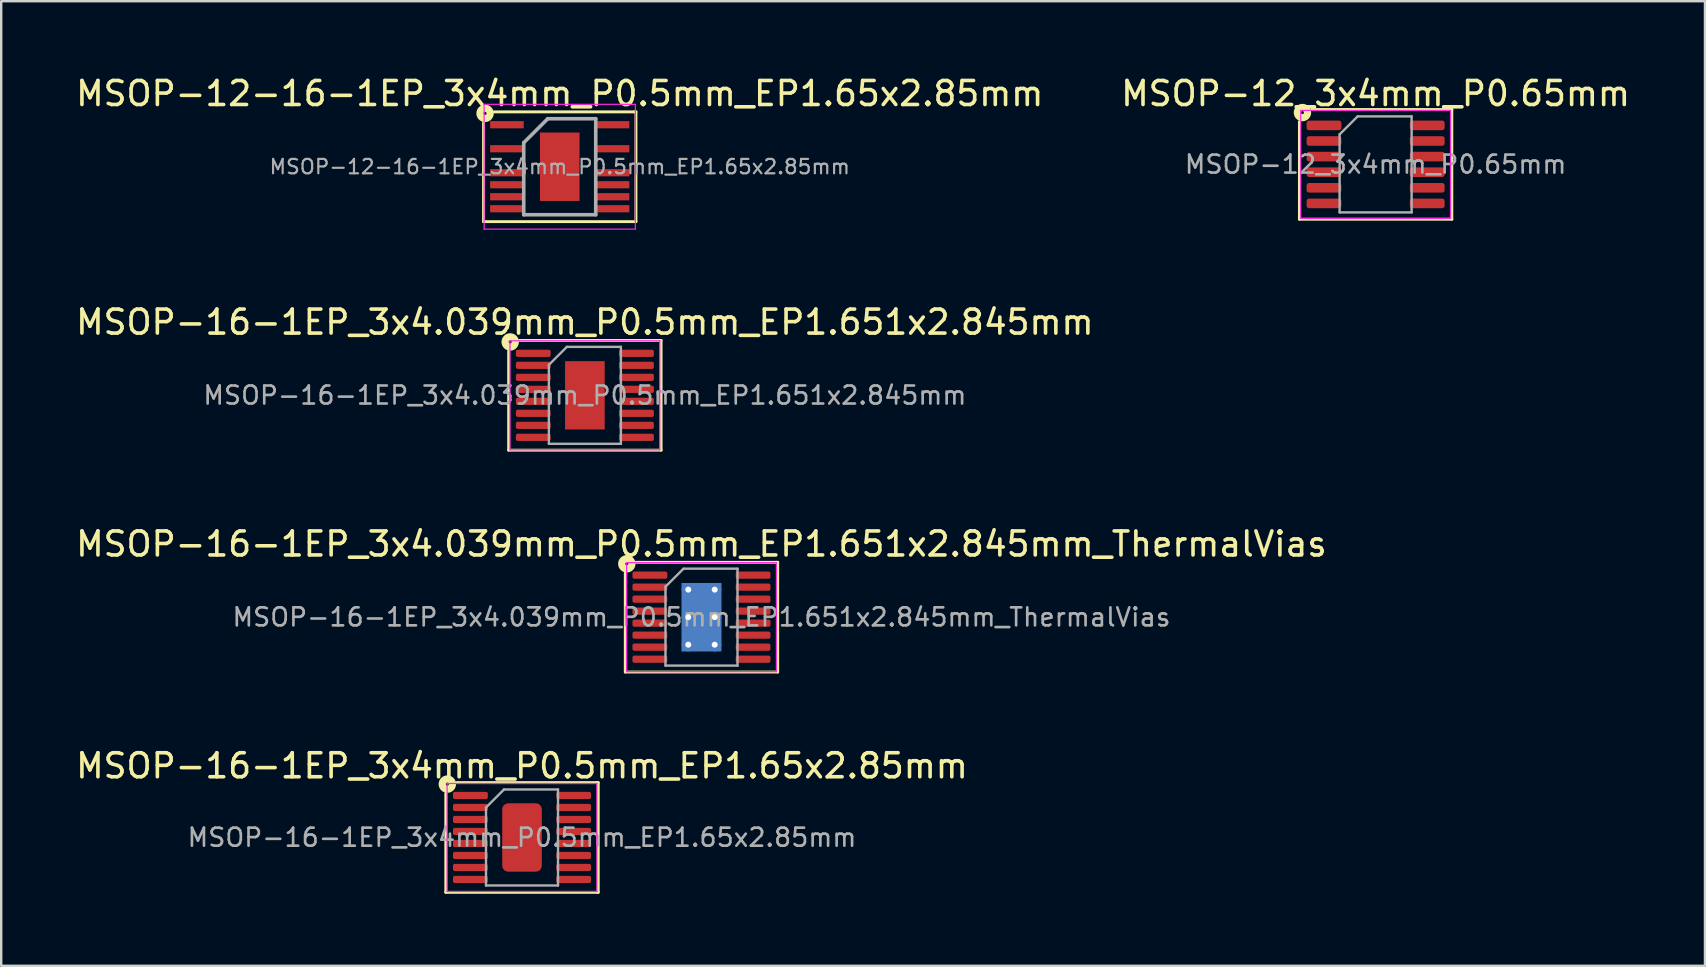
<source format=kicad_pcb>
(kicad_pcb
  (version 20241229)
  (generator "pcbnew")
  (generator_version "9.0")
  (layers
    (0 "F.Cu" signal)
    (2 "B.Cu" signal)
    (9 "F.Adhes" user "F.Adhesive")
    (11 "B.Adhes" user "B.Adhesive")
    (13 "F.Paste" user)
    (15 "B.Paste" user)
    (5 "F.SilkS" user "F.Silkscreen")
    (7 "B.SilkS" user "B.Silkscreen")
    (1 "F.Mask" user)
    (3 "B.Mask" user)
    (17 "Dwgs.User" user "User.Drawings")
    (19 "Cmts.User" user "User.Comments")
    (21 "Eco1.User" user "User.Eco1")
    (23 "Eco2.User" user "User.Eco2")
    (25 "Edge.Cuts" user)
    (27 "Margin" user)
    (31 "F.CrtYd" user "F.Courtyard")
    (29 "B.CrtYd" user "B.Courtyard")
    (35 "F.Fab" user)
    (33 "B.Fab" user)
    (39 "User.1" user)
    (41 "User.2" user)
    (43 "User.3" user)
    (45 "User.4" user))
  (footprint "MSOP-12-16-1EP_3x4mm_P0.5mm_EP1.65x2.85mm"
    (layer "F.Cu")
    (at 20.268 3.896)
    (property "Reference" "MSOP-12-16-1EP_3x4mm_P0.5mm_EP1.65x2.85mm" (at 0 -3.048 0) (layer "F.SilkS") (effects (font (size 1 1) (thickness 0.15))))
    (attr smd)
    (fp_line (start -3.175 2.286) (end -3.175 -1.841) (stroke (width 0.12) (type solid)) (layer "F.SilkS"))
    (fp_line (start -2.731 -2.286) (end 3.111 -2.286) (stroke (width 0.12) (type solid)) (layer "F.SilkS"))
    (fp_line (start 3.111 -2.286) (end 3.175 -2.286) (stroke (width 0.12) (type solid)) (layer "F.SilkS"))
    (fp_line (start 3.175 -2.286) (end 3.175 2.286) (stroke (width 0.12) (type solid)) (layer "F.SilkS"))
    (fp_line (start 3.175 2.286) (end -3.175 2.286) (stroke (width 0.12) (type solid)) (layer "F.SilkS"))
    (fp_circle (center -3.111 -2.223) (end -3.048 -2.223) (stroke (width 0.3) (type solid)) (fill no) (layer "F.SilkS"))
    (fp_line (start -3.15 -2.6) (end -3.15 2.6) (stroke (width 0.05) (type solid)) (layer "F.CrtYd"))
    (fp_line (start -3.15 -2.6) (end 3.15 -2.6) (stroke (width 0.05) (type solid)) (layer "F.CrtYd"))
    (fp_line (start -3.15 2.6) (end 3.15 2.6) (stroke (width 0.05) (type solid)) (layer "F.CrtYd"))
    (fp_line (start 3.15 -2.6) (end 3.15 2.6) (stroke (width 0.05) (type solid)) (layer "F.CrtYd"))
    (fp_line (start -1.5 -1) (end -0.5 -2) (stroke (width 0.15) (type solid)) (layer "F.Fab"))
    (fp_line (start -1.5 2) (end -1.5 -1) (stroke (width 0.15) (type solid)) (layer "F.Fab"))
    (fp_line (start -0.5 -2) (end 1.5 -2) (stroke (width 0.15) (type solid)) (layer "F.Fab"))
    (fp_line (start 1.5 -2) (end 1.5 2) (stroke (width 0.15) (type solid)) (layer "F.Fab"))
    (fp_line (start 1.5 2) (end -1.5 2) (stroke (width 0.15) (type solid)) (layer "F.Fab"))
    (fp_text user "${REFERENCE}" (at 0 0 0) (layer "F.Fab") (effects (font (size 0.6 0.6) (thickness 0.09))))
    (pad "" smd rect (at -0.412 -0.95) (size 0.66 0.75) (layers "F.Paste"))
    (pad "" smd rect (at -0.412 0) (size 0.66 0.75) (layers "F.Paste"))
    (pad "" smd rect (at -0.412 0.95) (size 0.66 0.75) (layers "F.Paste"))
    (pad "" smd rect (at 0.412 -0.95) (size 0.66 0.75) (layers "F.Paste"))
    (pad "" smd rect (at 0.412 0) (size 0.66 0.75) (layers "F.Paste"))
    (pad "" smd rect (at 0.412 0.95) (size 0.66 0.75) (layers "F.Paste"))
    (pad "1" smd rect (at -2.2 -1.75) (size 1.4 0.3) (layers "F.Cu" "F.Mask" "F.Paste"))
    (pad "3" smd rect (at -2.2 -0.75) (size 1.4 0.3) (layers "F.Cu" "F.Mask" "F.Paste"))
    (pad "5" smd rect (at -2.2 0.25) (size 1.4 0.3) (layers "F.Cu" "F.Mask" "F.Paste"))
    (pad "6" smd rect (at -2.2 0.75) (size 1.4 0.3) (layers "F.Cu" "F.Mask" "F.Paste"))
    (pad "7" smd rect (at -2.2 1.25) (size 1.4 0.3) (layers "F.Cu" "F.Mask" "F.Paste"))
    (pad "8" smd rect (at -2.2 1.75) (size 1.4 0.3) (layers "F.Cu" "F.Mask" "F.Paste"))
    (pad "9" smd rect (at 2.2 1.75) (size 1.4 0.3) (layers "F.Cu" "F.Mask" "F.Paste"))
    (pad "10" smd rect (at 2.2 1.25) (size 1.4 0.3) (layers "F.Cu" "F.Mask" "F.Paste"))
    (pad "11" smd rect (at 2.2 0.75) (size 1.4 0.3) (layers "F.Cu" "F.Mask" "F.Paste"))
    (pad "12" smd rect (at 2.2 0.25) (size 1.4 0.3) (layers "F.Cu" "F.Mask" "F.Paste"))
    (pad "14" smd rect (at 2.2 -0.75) (size 1.4 0.3) (layers "F.Cu" "F.Mask" "F.Paste"))
    (pad "16" smd rect (at 2.2 -1.75) (size 1.4 0.3) (layers "F.Cu" "F.Mask" "F.Paste"))
    (pad "17" smd rect (at 0 0) (size 1.65 2.85) (layers "F.Cu" "F.Mask")))
  (footprint "MSOP-16-1EP_3x4mm_P0.5mm_EP1.65x2.85mm"
    (layer "F.Cu")
    (at 18.696 31.838)
    (property "Reference" "MSOP-16-1EP_3x4mm_P0.5mm_EP1.65x2.85mm" (at 0 -2.985 0) (layer "F.SilkS") (effects (font (size 1 1) (thickness 0.15))))
    (attr smd)
    (fp_line (start -3.175 2.286) (end -3.175 -1.841) (stroke (width 0.12) (type solid)) (layer "F.SilkS"))
    (fp_line (start -2.731 -2.286) (end 3.111 -2.286) (stroke (width 0.12) (type solid)) (layer "F.SilkS"))
    (fp_line (start 3.111 -2.286) (end 3.175 -2.286) (stroke (width 0.12) (type solid)) (layer "F.SilkS"))
    (fp_line (start 3.175 -2.286) (end 3.175 2.286) (stroke (width 0.12) (type solid)) (layer "F.SilkS"))
    (fp_line (start 3.175 2.286) (end -3.175 2.286) (stroke (width 0.12) (type solid)) (layer "F.SilkS"))
    (fp_circle (center -3.111 -2.223) (end -3.048 -2.223) (stroke (width 0.3) (type solid)) (fill no) (layer "F.SilkS"))
    (fp_line (start -3.12 -2.25) (end -3.12 2.25) (stroke (width 0.05) (type solid)) (layer "F.CrtYd"))
    (fp_line (start -3.12 2.25) (end 3.12 2.25) (stroke (width 0.05) (type solid)) (layer "F.CrtYd"))
    (fp_line (start 3.12 -2.25) (end -3.12 -2.25) (stroke (width 0.05) (type solid)) (layer "F.CrtYd"))
    (fp_line (start 3.12 2.25) (end 3.12 -2.25) (stroke (width 0.05) (type solid)) (layer "F.CrtYd"))
    (fp_line (start -1.5 -1.25) (end -0.75 -2) (stroke (width 0.1) (type solid)) (layer "F.Fab"))
    (fp_line (start -1.5 2) (end -1.5 -1.25) (stroke (width 0.1) (type solid)) (layer "F.Fab"))
    (fp_line (start -0.75 -2) (end 1.5 -2) (stroke (width 0.1) (type solid)) (layer "F.Fab"))
    (fp_line (start 1.5 -2) (end 1.5 2) (stroke (width 0.1) (type solid)) (layer "F.Fab"))
    (fp_line (start 1.5 2) (end -1.5 2) (stroke (width 0.1) (type solid)) (layer "F.Fab"))
    (fp_text user "${REFERENCE}" (at 0 0 0) (layer "F.Fab") (effects (font (size 0.75 0.75) (thickness 0.11))))
    (pad "" smd roundrect (at -0.41 -0.71) (size 0.67 1.15) (layers "F.Paste") (roundrect_rratio 0.25))
    (pad "" smd roundrect (at -0.41 0.71) (size 0.67 1.15) (layers "F.Paste") (roundrect_rratio 0.25))
    (pad "" smd roundrect (at 0.41 -0.71) (size 0.67 1.15) (layers "F.Paste") (roundrect_rratio 0.25))
    (pad "" smd roundrect (at 0.41 0.71) (size 0.67 1.15) (layers "F.Paste") (roundrect_rratio 0.25))
    (pad "1" smd roundrect (at -2.15 -1.75) (size 1.45 0.3) (layers "F.Cu" "F.Mask" "F.Paste") (roundrect_rratio 0.25))
    (pad "2" smd roundrect (at -2.15 -1.25) (size 1.45 0.3) (layers "F.Cu" "F.Mask" "F.Paste") (roundrect_rratio 0.25))
    (pad "3" smd roundrect (at -2.15 -0.75) (size 1.45 0.3) (layers "F.Cu" "F.Mask" "F.Paste") (roundrect_rratio 0.25))
    (pad "4" smd roundrect (at -2.15 -0.25) (size 1.45 0.3) (layers "F.Cu" "F.Mask" "F.Paste") (roundrect_rratio 0.25))
    (pad "5" smd roundrect (at -2.15 0.25) (size 1.45 0.3) (layers "F.Cu" "F.Mask" "F.Paste") (roundrect_rratio 0.25))
    (pad "6" smd roundrect (at -2.15 0.75) (size 1.45 0.3) (layers "F.Cu" "F.Mask" "F.Paste") (roundrect_rratio 0.25))
    (pad "7" smd roundrect (at -2.15 1.25) (size 1.45 0.3) (layers "F.Cu" "F.Mask" "F.Paste") (roundrect_rratio 0.25))
    (pad "8" smd roundrect (at -2.15 1.75) (size 1.45 0.3) (layers "F.Cu" "F.Mask" "F.Paste") (roundrect_rratio 0.25))
    (pad "9" smd roundrect (at 2.15 1.75) (size 1.45 0.3) (layers "F.Cu" "F.Mask" "F.Paste") (roundrect_rratio 0.25))
    (pad "10" smd roundrect (at 2.15 1.25) (size 1.45 0.3) (layers "F.Cu" "F.Mask" "F.Paste") (roundrect_rratio 0.25))
    (pad "11" smd roundrect (at 2.15 0.75) (size 1.45 0.3) (layers "F.Cu" "F.Mask" "F.Paste") (roundrect_rratio 0.25))
    (pad "12" smd roundrect (at 2.15 0.25) (size 1.45 0.3) (layers "F.Cu" "F.Mask" "F.Paste") (roundrect_rratio 0.25))
    (pad "13" smd roundrect (at 2.15 -0.25) (size 1.45 0.3) (layers "F.Cu" "F.Mask" "F.Paste") (roundrect_rratio 0.25))
    (pad "14" smd roundrect (at 2.15 -0.75) (size 1.45 0.3) (layers "F.Cu" "F.Mask" "F.Paste") (roundrect_rratio 0.25))
    (pad "15" smd roundrect (at 2.15 -1.25) (size 1.45 0.3) (layers "F.Cu" "F.Mask" "F.Paste") (roundrect_rratio 0.25))
    (pad "16" smd roundrect (at 2.15 -1.75) (size 1.45 0.3) (layers "F.Cu" "F.Mask" "F.Paste") (roundrect_rratio 0.25))
    (pad "17" smd roundrect (at 0 0) (size 1.65 2.85) (layers "F.Cu" "F.Mask") (roundrect_rratio 0.152)))
  (footprint "MSOP-12_3x4mm_P0.65mm"
    (layer "F.Cu")
    (at 54.256 3.798)
    (property "Reference" "MSOP-12_3x4mm_P0.65mm" (at 0 -2.95 0) (layer "F.SilkS") (effects (font (size 1 1) (thickness 0.15))))
    (attr smd)
    (fp_line (start -3.175 2.286) (end -3.175 -1.778) (stroke (width 0.12) (type solid)) (layer "F.SilkS"))
    (fp_line (start -2.667 -2.286) (end 3.111 -2.286) (stroke (width 0.12) (type solid)) (layer "F.SilkS"))
    (fp_line (start 3.111 -2.286) (end 3.175 -2.286) (stroke (width 0.12) (type solid)) (layer "F.SilkS"))
    (fp_line (start 3.175 -2.286) (end 3.175 2.286) (stroke (width 0.12) (type solid)) (layer "F.SilkS"))
    (fp_line (start 3.175 2.286) (end -3.175 2.286) (stroke (width 0.12) (type solid)) (layer "F.SilkS"))
    (fp_circle (center -3.048 -2.159) (end -2.985 -2.159) (stroke (width 0.3) (type solid)) (fill no) (layer "F.SilkS"))
    (fp_line (start -3.12 -2.25) (end -3.12 2.25) (stroke (width 0.05) (type solid)) (layer "F.CrtYd"))
    (fp_line (start -3.12 2.25) (end 3.12 2.25) (stroke (width 0.05) (type solid)) (layer "F.CrtYd"))
    (fp_line (start 3.12 -2.25) (end -3.12 -2.25) (stroke (width 0.05) (type solid)) (layer "F.CrtYd"))
    (fp_line (start 3.12 2.25) (end 3.12 -2.25) (stroke (width 0.05) (type solid)) (layer "F.CrtYd"))
    (fp_line (start -1.5 -1.25) (end -0.75 -2) (stroke (width 0.1) (type solid)) (layer "F.Fab"))
    (fp_line (start -1.5 2) (end -1.5 -1.25) (stroke (width 0.1) (type solid)) (layer "F.Fab"))
    (fp_line (start -0.75 -2) (end 1.5 -2) (stroke (width 0.1) (type solid)) (layer "F.Fab"))
    (fp_line (start 1.5 -2) (end 1.5 2) (stroke (width 0.1) (type solid)) (layer "F.Fab"))
    (fp_line (start 1.5 2) (end -1.5 2) (stroke (width 0.1) (type solid)) (layer "F.Fab"))
    (fp_text user "${REFERENCE}" (at 0 0 0) (layer "F.Fab") (effects (font (size 0.75 0.75) (thickness 0.11))))
    (pad "1" smd roundrect (at -2.15 -1.625) (size 1.45 0.4) (layers "F.Cu" "F.Mask" "F.Paste") (roundrect_rratio 0.25))
    (pad "2" smd roundrect (at -2.15 -0.975) (size 1.45 0.4) (layers "F.Cu" "F.Mask" "F.Paste") (roundrect_rratio 0.25))
    (pad "3" smd roundrect (at -2.15 -0.325) (size 1.45 0.4) (layers "F.Cu" "F.Mask" "F.Paste") (roundrect_rratio 0.25))
    (pad "4" smd roundrect (at -2.15 0.325) (size 1.45 0.4) (layers "F.Cu" "F.Mask" "F.Paste") (roundrect_rratio 0.25))
    (pad "5" smd roundrect (at -2.15 0.975) (size 1.45 0.4) (layers "F.Cu" "F.Mask" "F.Paste") (roundrect_rratio 0.25))
    (pad "6" smd roundrect (at -2.15 1.625) (size 1.45 0.4) (layers "F.Cu" "F.Mask" "F.Paste") (roundrect_rratio 0.25))
    (pad "7" smd roundrect (at 2.15 1.625) (size 1.45 0.4) (layers "F.Cu" "F.Mask" "F.Paste") (roundrect_rratio 0.25))
    (pad "8" smd roundrect (at 2.15 0.975) (size 1.45 0.4) (layers "F.Cu" "F.Mask" "F.Paste") (roundrect_rratio 0.25))
    (pad "9" smd roundrect (at 2.15 0.325) (size 1.45 0.4) (layers "F.Cu" "F.Mask" "F.Paste") (roundrect_rratio 0.25))
    (pad "10" smd roundrect (at 2.15 -0.325) (size 1.45 0.4) (layers "F.Cu" "F.Mask" "F.Paste") (roundrect_rratio 0.25))
    (pad "11" smd roundrect (at 2.15 -0.975) (size 1.45 0.4) (layers "F.Cu" "F.Mask" "F.Paste") (roundrect_rratio 0.25))
    (pad "12" smd roundrect (at 2.15 -1.625) (size 1.45 0.4) (layers "F.Cu" "F.Mask" "F.Paste") (roundrect_rratio 0.25)))
  (footprint "MSOP-16-1EP_3x4.039mm_P0.5mm_EP1.651x2.845mm"
    (layer "F.Cu")
    (at 21.315 13.418)
    (property "Reference" "MSOP-16-1EP_3x4.039mm_P0.5mm_EP1.651x2.845mm" (at 0 -3.048 0) (layer "F.SilkS") (effects (font (size 1 1) (thickness 0.15))))
    (attr smd)
    (fp_line (start -3.175 2.286) (end -3.175 -1.841) (stroke (width 0.12) (type solid)) (layer "F.SilkS"))
    (fp_line (start -2.731 -2.286) (end 3.111 -2.286) (stroke (width 0.12) (type solid)) (layer "F.SilkS"))
    (fp_line (start 3.111 -2.286) (end 3.175 -2.286) (stroke (width 0.12) (type solid)) (layer "F.SilkS"))
    (fp_line (start 3.175 -2.286) (end 3.175 2.286) (stroke (width 0.12) (type solid)) (layer "F.SilkS"))
    (fp_line (start 3.175 2.286) (end -3.175 2.286) (stroke (width 0.12) (type solid)) (layer "F.SilkS"))
    (fp_circle (center -3.111 -2.223) (end -3.048 -2.223) (stroke (width 0.3) (type solid)) (fill no) (layer "F.SilkS"))
    (fp_line (start -3.12 -2.27) (end -3.12 2.27) (stroke (width 0.05) (type solid)) (layer "F.CrtYd"))
    (fp_line (start -3.12 2.27) (end 3.12 2.27) (stroke (width 0.05) (type solid)) (layer "F.CrtYd"))
    (fp_line (start 3.12 -2.27) (end -3.12 -2.27) (stroke (width 0.05) (type solid)) (layer "F.CrtYd"))
    (fp_line (start 3.12 2.27) (end 3.12 -2.27) (stroke (width 0.05) (type solid)) (layer "F.CrtYd"))
    (fp_line (start -1.5 -1.27) (end -0.75 -2.019) (stroke (width 0.1) (type solid)) (layer "F.Fab"))
    (fp_line (start -1.5 2.019) (end -1.5 -1.27) (stroke (width 0.1) (type solid)) (layer "F.Fab"))
    (fp_line (start -0.75 -2.019) (end 1.5 -2.019) (stroke (width 0.1) (type solid)) (layer "F.Fab"))
    (fp_line (start 1.5 -2.019) (end 1.5 2.019) (stroke (width 0.1) (type solid)) (layer "F.Fab"))
    (fp_line (start 1.5 2.019) (end -1.5 2.019) (stroke (width 0.1) (type solid)) (layer "F.Fab"))
    (fp_text user "${REFERENCE}" (at 0 0 0) (layer "F.Fab") (effects (font (size 0.75 0.75) (thickness 0.11))))
    (pad "" smd roundrect (at -0.415 -0.71) (size 0.69 1.19) (layers "F.Paste") (roundrect_rratio 0.25))
    (pad "" smd roundrect (at -0.415 0.71) (size 0.69 1.19) (layers "F.Paste") (roundrect_rratio 0.25))
    (pad "" smd roundrect (at 0.415 -0.71) (size 0.69 1.19) (layers "F.Paste") (roundrect_rratio 0.25))
    (pad "" smd roundrect (at 0.415 0.71) (size 0.69 1.19) (layers "F.Paste") (roundrect_rratio 0.25))
    (pad "1" smd roundrect (at -2.15 -1.75) (size 1.45 0.3) (layers "F.Cu" "F.Mask" "F.Paste") (roundrect_rratio 0.25))
    (pad "2" smd roundrect (at -2.15 -1.25) (size 1.45 0.3) (layers "F.Cu" "F.Mask" "F.Paste") (roundrect_rratio 0.25))
    (pad "3" smd roundrect (at -2.15 -0.75) (size 1.45 0.3) (layers "F.Cu" "F.Mask" "F.Paste") (roundrect_rratio 0.25))
    (pad "4" smd roundrect (at -2.15 -0.25) (size 1.45 0.3) (layers "F.Cu" "F.Mask" "F.Paste") (roundrect_rratio 0.25))
    (pad "5" smd roundrect (at -2.15 0.25) (size 1.45 0.3) (layers "F.Cu" "F.Mask" "F.Paste") (roundrect_rratio 0.25))
    (pad "6" smd roundrect (at -2.15 0.75) (size 1.45 0.3) (layers "F.Cu" "F.Mask" "F.Paste") (roundrect_rratio 0.25))
    (pad "7" smd roundrect (at -2.15 1.25) (size 1.45 0.3) (layers "F.Cu" "F.Mask" "F.Paste") (roundrect_rratio 0.25))
    (pad "8" smd roundrect (at -2.15 1.75) (size 1.45 0.3) (layers "F.Cu" "F.Mask" "F.Paste") (roundrect_rratio 0.25))
    (pad "9" smd roundrect (at 2.15 1.75) (size 1.45 0.3) (layers "F.Cu" "F.Mask" "F.Paste") (roundrect_rratio 0.25))
    (pad "10" smd roundrect (at 2.15 1.25) (size 1.45 0.3) (layers "F.Cu" "F.Mask" "F.Paste") (roundrect_rratio 0.25))
    (pad "11" smd roundrect (at 2.15 0.75) (size 1.45 0.3) (layers "F.Cu" "F.Mask" "F.Paste") (roundrect_rratio 0.25))
    (pad "12" smd roundrect (at 2.15 0.25) (size 1.45 0.3) (layers "F.Cu" "F.Mask" "F.Paste") (roundrect_rratio 0.25))
    (pad "13" smd roundrect (at 2.15 -0.25) (size 1.45 0.3) (layers "F.Cu" "F.Mask" "F.Paste") (roundrect_rratio 0.25))
    (pad "14" smd roundrect (at 2.15 -0.75) (size 1.45 0.3) (layers "F.Cu" "F.Mask" "F.Paste") (roundrect_rratio 0.25))
    (pad "15" smd roundrect (at 2.15 -1.25) (size 1.45 0.3) (layers "F.Cu" "F.Mask" "F.Paste") (roundrect_rratio 0.25))
    (pad "16" smd roundrect (at 2.15 -1.75) (size 1.45 0.3) (layers "F.Cu" "F.Mask" "F.Paste") (roundrect_rratio 0.25))
    (pad "17" smd rect (at 0 0) (size 1.651 2.845) (layers "F.Cu" "F.Mask")))
  (footprint "MSOP-16-1EP_3x4.039mm_P0.5mm_EP1.651x2.845mm_ThermalVias"
    (layer "F.Cu")
    (at 26.173 22.66)
    (property "Reference" "MSOP-16-1EP_3x4.039mm_P0.5mm_EP1.651x2.845mm_ThermalVias" (at 0 -3.048 0) (layer "F.SilkS") (effects (font (size 1 1) (thickness 0.15))))
    (attr smd)
    (fp_line (start -3.175 2.286) (end -3.175 -1.841) (stroke (width 0.12) (type solid)) (layer "F.SilkS"))
    (fp_line (start -2.731 -2.286) (end 3.111 -2.286) (stroke (width 0.12) (type solid)) (layer "F.SilkS"))
    (fp_line (start 3.111 -2.286) (end 3.175 -2.286) (stroke (width 0.12) (type solid)) (layer "F.SilkS"))
    (fp_line (start 3.175 -2.286) (end 3.175 2.286) (stroke (width 0.12) (type solid)) (layer "F.SilkS"))
    (fp_line (start 3.175 2.286) (end -3.175 2.286) (stroke (width 0.12) (type solid)) (layer "F.SilkS"))
    (fp_circle (center -3.111 -2.223) (end -3.048 -2.223) (stroke (width 0.3) (type solid)) (fill no) (layer "F.SilkS"))
    (fp_line (start -3.12 -2.27) (end -3.12 2.27) (stroke (width 0.05) (type solid)) (layer "F.CrtYd"))
    (fp_line (start -3.12 2.27) (end 3.12 2.27) (stroke (width 0.05) (type solid)) (layer "F.CrtYd"))
    (fp_line (start 3.12 -2.27) (end -3.12 -2.27) (stroke (width 0.05) (type solid)) (layer "F.CrtYd"))
    (fp_line (start 3.12 2.27) (end 3.12 -2.27) (stroke (width 0.05) (type solid)) (layer "F.CrtYd"))
    (fp_line (start -1.5 -1.27) (end -0.75 -2.019) (stroke (width 0.1) (type solid)) (layer "F.Fab"))
    (fp_line (start -1.5 2.019) (end -1.5 -1.27) (stroke (width 0.1) (type solid)) (layer "F.Fab"))
    (fp_line (start -0.75 -2.019) (end 1.5 -2.019) (stroke (width 0.1) (type solid)) (layer "F.Fab"))
    (fp_line (start 1.5 -2.019) (end 1.5 2.019) (stroke (width 0.1) (type solid)) (layer "F.Fab"))
    (fp_line (start 1.5 2.019) (end -1.5 2.019) (stroke (width 0.1) (type solid)) (layer "F.Fab"))
    (fp_text user "${REFERENCE}" (at 0 0 0) (layer "F.Fab") (effects (font (size 0.75 0.75) (thickness 0.11))))
    (pad "" smd roundrect (at -0.415 -0.71) (size 0.69 1.19) (layers "F.Paste") (roundrect_rratio 0.25))
    (pad "" smd roundrect (at -0.415 0.71) (size 0.69 1.19) (layers "F.Paste") (roundrect_rratio 0.25))
    (pad "" smd roundrect (at 0.415 -0.71) (size 0.69 1.19) (layers "F.Paste") (roundrect_rratio 0.25))
    (pad "" smd roundrect (at 0.415 0.71) (size 0.69 1.19) (layers "F.Paste") (roundrect_rratio 0.25))
    (pad "1" smd roundrect (at -2.15 -1.75) (size 1.45 0.3) (layers "F.Cu" "F.Mask" "F.Paste") (roundrect_rratio 0.25))
    (pad "2" smd roundrect (at -2.15 -1.25) (size 1.45 0.3) (layers "F.Cu" "F.Mask" "F.Paste") (roundrect_rratio 0.25))
    (pad "3" smd roundrect (at -2.15 -0.75) (size 1.45 0.3) (layers "F.Cu" "F.Mask" "F.Paste") (roundrect_rratio 0.25))
    (pad "4" smd roundrect (at -2.15 -0.25) (size 1.45 0.3) (layers "F.Cu" "F.Mask" "F.Paste") (roundrect_rratio 0.25))
    (pad "5" smd roundrect (at -2.15 0.25) (size 1.45 0.3) (layers "F.Cu" "F.Mask" "F.Paste") (roundrect_rratio 0.25))
    (pad "6" smd roundrect (at -2.15 0.75) (size 1.45 0.3) (layers "F.Cu" "F.Mask" "F.Paste") (roundrect_rratio 0.25))
    (pad "7" smd roundrect (at -2.15 1.25) (size 1.45 0.3) (layers "F.Cu" "F.Mask" "F.Paste") (roundrect_rratio 0.25))
    (pad "8" smd roundrect (at -2.15 1.75) (size 1.45 0.3) (layers "F.Cu" "F.Mask" "F.Paste") (roundrect_rratio 0.25))
    (pad "9" smd roundrect (at 2.15 1.75) (size 1.45 0.3) (layers "F.Cu" "F.Mask" "F.Paste") (roundrect_rratio 0.25))
    (pad "10" smd roundrect (at 2.15 1.25) (size 1.45 0.3) (layers "F.Cu" "F.Mask" "F.Paste") (roundrect_rratio 0.25))
    (pad "11" smd roundrect (at 2.15 0.75) (size 1.45 0.3) (layers "F.Cu" "F.Mask" "F.Paste") (roundrect_rratio 0.25))
    (pad "12" smd roundrect (at 2.15 0.25) (size 1.45 0.3) (layers "F.Cu" "F.Mask" "F.Paste") (roundrect_rratio 0.25))
    (pad "13" smd roundrect (at 2.15 -0.25) (size 1.45 0.3) (layers "F.Cu" "F.Mask" "F.Paste") (roundrect_rratio 0.25))
    (pad "14" smd roundrect (at 2.15 -0.75) (size 1.45 0.3) (layers "F.Cu" "F.Mask" "F.Paste") (roundrect_rratio 0.25))
    (pad "15" smd roundrect (at 2.15 -1.25) (size 1.45 0.3) (layers "F.Cu" "F.Mask" "F.Paste") (roundrect_rratio 0.25))
    (pad "16" smd roundrect (at 2.15 -1.75) (size 1.45 0.3) (layers "F.Cu" "F.Mask" "F.Paste") (roundrect_rratio 0.25))
    (pad "17" thru_hole circle (at -0.55 -1.147) (size 0.55 0.55) (drill 0.25) (layers "*.Cu"))
    (pad "17" thru_hole circle (at -0.55 0) (size 0.55 0.55) (drill 0.25) (layers "*.Cu"))
    (pad "17" thru_hole circle (at -0.55 1.147) (size 0.55 0.55) (drill 0.25) (layers "*.Cu"))
    (pad "17" smd rect (at 0 0) (size 1.651 2.845) (layers "F.Cu" "F.Mask"))
    (pad "17" smd rect (at 0 0) (size 1.651 2.845) (layers "B.Cu" "B.Mask"))
    (pad "17" thru_hole circle (at 0.55 -1.147) (size 0.55 0.55) (drill 0.25) (layers "*.Cu"))
    (pad "17" thru_hole circle (at 0.55 0) (size 0.55 0.55) (drill 0.25) (layers "*.Cu"))
    (pad "17" thru_hole circle (at 0.55 1.147) (size 0.55 0.55) (drill 0.25) (layers "*.Cu")))
  (gr_rect
    (start -3 -3)
    (end 67.976 37.184)
    (stroke (width 0.1) (type default))
    (fill no)
    (layer "Edge.Cuts")))
</source>
